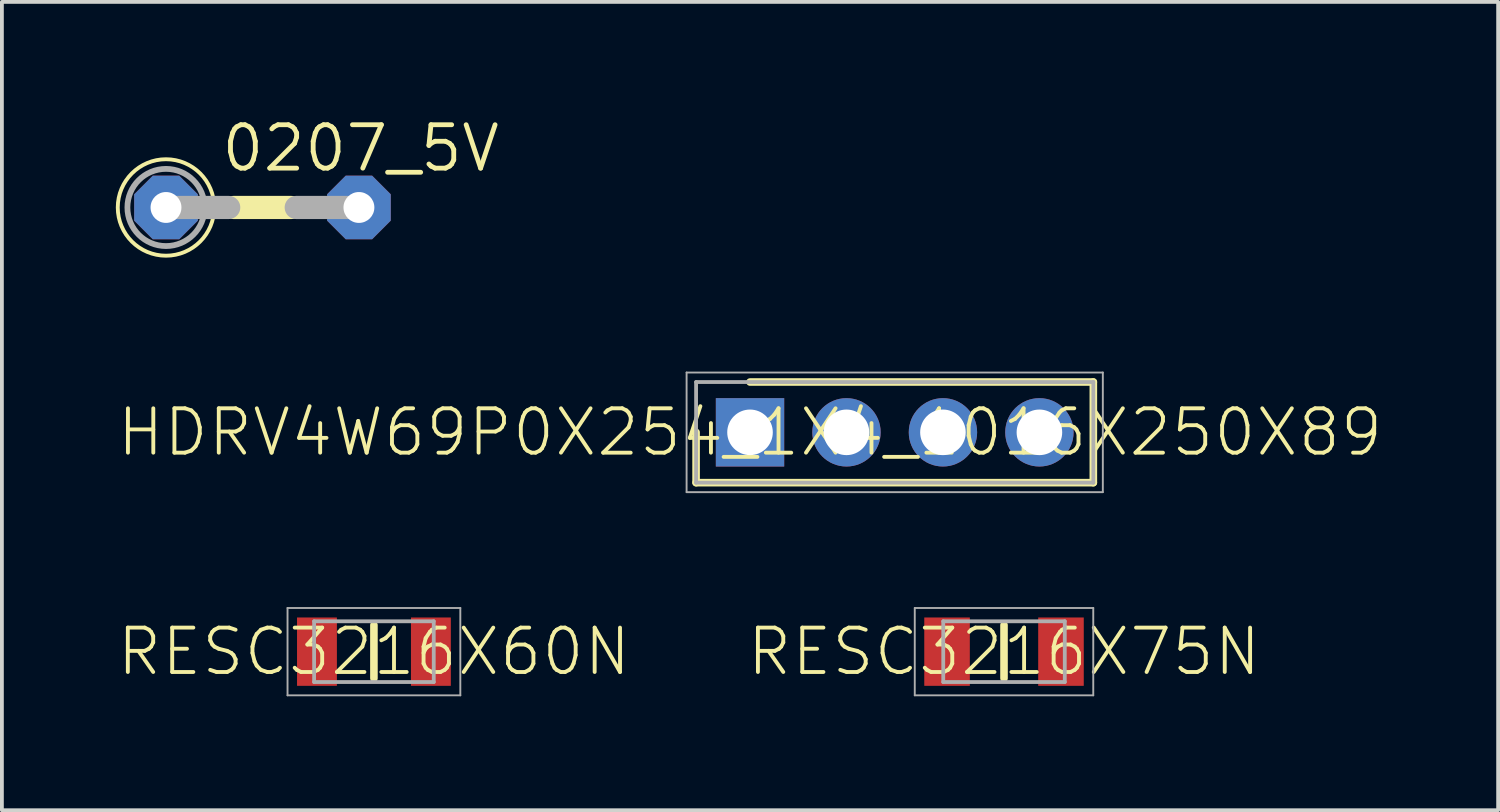
<source format=kicad_pcb>
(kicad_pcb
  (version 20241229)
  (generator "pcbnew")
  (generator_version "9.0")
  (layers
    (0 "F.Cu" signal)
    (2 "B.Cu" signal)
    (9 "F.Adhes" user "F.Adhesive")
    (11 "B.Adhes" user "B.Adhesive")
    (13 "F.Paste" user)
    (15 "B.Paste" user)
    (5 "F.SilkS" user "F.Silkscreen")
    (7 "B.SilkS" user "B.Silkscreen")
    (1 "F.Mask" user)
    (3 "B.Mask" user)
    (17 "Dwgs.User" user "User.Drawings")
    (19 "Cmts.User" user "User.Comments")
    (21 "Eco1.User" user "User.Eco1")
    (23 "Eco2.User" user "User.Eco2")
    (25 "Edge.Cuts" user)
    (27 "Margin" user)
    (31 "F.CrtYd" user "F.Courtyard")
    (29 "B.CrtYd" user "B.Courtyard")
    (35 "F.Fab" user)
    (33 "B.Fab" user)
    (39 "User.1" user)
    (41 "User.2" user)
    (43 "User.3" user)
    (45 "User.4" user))
  (footprint "RESC3216X60N"
    (layer "F.Cu")
    (at 6.796 14.109)
    (property "Reference" "RESC3216X60N" (at 0 0 0) (layer "F.SilkS") (effects (font (size 1.168 1.168) (thickness 0.102))))
    (fp_line (start 0 -0.7) (end 0 0.7) (stroke (width 0.2) (type solid)) (layer "F.SilkS"))
    (fp_line (start -2.275 -1.15) (end 2.275 -1.15) (stroke (width 0.05) (type solid)) (layer "F.Fab"))
    (fp_line (start -2.275 1.15) (end -2.275 -1.15) (stroke (width 0.05) (type solid)) (layer "F.Fab"))
    (fp_line (start -1.575 -0.8) (end 1.575 -0.8) (stroke (width 0.1) (type solid)) (layer "F.Fab"))
    (fp_line (start -1.575 0.8) (end -1.575 -0.8) (stroke (width 0.1) (type solid)) (layer "F.Fab"))
    (fp_line (start 1.575 -0.8) (end 1.575 0.8) (stroke (width 0.1) (type solid)) (layer "F.Fab"))
    (fp_line (start 1.575 0.8) (end -1.575 0.8) (stroke (width 0.1) (type solid)) (layer "F.Fab"))
    (fp_line (start 2.275 -1.15) (end 2.275 1.15) (stroke (width 0.05) (type solid)) (layer "F.Fab"))
    (fp_line (start 2.275 1.15) (end -2.275 1.15) (stroke (width 0.05) (type solid)) (layer "F.Fab"))
    (pad "1" smd rect (at -1.5 0 90) (size 1.8 1.05) (layers "F.Cu" "F.Mask" "F.Paste"))
    (pad "2" smd rect (at 1.5 0 90) (size 1.8 1.05) (layers "F.Cu" "F.Mask" "F.Paste")))
  (footprint "0207_5V"
    (layer "F.Cu")
    (at 3.861 2.413)
    (property "Reference" "0207_5V" (at -1.143 -0.889 0) (layer "F.SilkS") (effects (font (size 1.143 1.143) (thickness 0.127)) (justify left bottom)))
    (fp_line (start -0.762 0) (end 0.762 0) (stroke (width 0.61) (type solid)) (layer "F.SilkS"))
    (fp_circle (center -2.54 0) (end -1.27 0) (stroke (width 0.102) (type solid)) (fill no) (layer "F.SilkS"))
    (fp_line (start -2.54 0) (end -0.889 0) (stroke (width 0.61) (type solid)) (layer "F.Fab"))
    (fp_line (start 0.889 0) (end 2.54 0) (stroke (width 0.61) (type solid)) (layer "F.Fab"))
    (fp_circle (center -2.54 0) (end -1.524 0) (stroke (width 0.152) (type solid)) (fill no) (layer "F.Fab"))
    (pad "1" thru_hole roundrect (at -2.54 0) (size 1.676 1.676) (drill 0.813) (layers "*.Cu" "*.Mask") (roundrect_rratio 0.25) (chamfer_ratio 0.293) (chamfer top_left top_right bottom_left bottom_right))
    (pad "2" thru_hole roundrect (at 2.54 0) (size 1.676 1.676) (drill 0.813) (layers "*.Cu" "*.Mask") (roundrect_rratio 0.25) (chamfer_ratio 0.293) (chamfer top_left top_right bottom_left bottom_right)))
  (footprint "RESC3216X75N"
    (layer "F.Cu")
    (at 23.387 14.109)
    (property "Reference" "RESC3216X75N" (at 0 0 0) (layer "F.SilkS") (effects (font (size 1.168 1.168) (thickness 0.102))))
    (fp_line (start 0 -0.7) (end 0 0.7) (stroke (width 0.2) (type solid)) (layer "F.SilkS"))
    (fp_line (start -2.35 -1.15) (end 2.35 -1.15) (stroke (width 0.05) (type solid)) (layer "F.Fab"))
    (fp_line (start -2.35 1.15) (end -2.35 -1.15) (stroke (width 0.05) (type solid)) (layer "F.Fab"))
    (fp_line (start -1.6 -0.8) (end 1.6 -0.8) (stroke (width 0.1) (type solid)) (layer "F.Fab"))
    (fp_line (start -1.6 0.8) (end -1.6 -0.8) (stroke (width 0.1) (type solid)) (layer "F.Fab"))
    (fp_line (start 1.6 -0.8) (end 1.6 0.8) (stroke (width 0.1) (type solid)) (layer "F.Fab"))
    (fp_line (start 1.6 0.8) (end -1.6 0.8) (stroke (width 0.1) (type solid)) (layer "F.Fab"))
    (fp_line (start 2.35 -1.15) (end 2.35 1.15) (stroke (width 0.05) (type solid)) (layer "F.Fab"))
    (fp_line (start 2.35 1.15) (end -2.35 1.15) (stroke (width 0.05) (type solid)) (layer "F.Fab"))
    (pad "1" smd rect (at -1.5 0 90) (size 1.8 1.2) (layers "F.Cu" "F.Mask" "F.Paste"))
    (pad "2" smd rect (at 1.5 0 90) (size 1.8 1.2) (layers "F.Cu" "F.Mask" "F.Paste")))
  (footprint "HDRV4W69P0X254_1X4_1016X250X89"
    (layer "F.Cu")
    (at 16.699 8.334)
    (property "Reference" "HDRV4W69P0X254_1X4_1016X250X89" (at 0 0 0) (layer "F.SilkS") (effects (font (size 1.168 1.168) (thickness 0.102))))
    (fp_line (start -1.42 0) (end -1.42 1.325) (stroke (width 0.2) (type solid)) (layer "F.SilkS"))
    (fp_line (start -1.42 1.325) (end 9.04 1.325) (stroke (width 0.2) (type solid)) (layer "F.SilkS"))
    (fp_line (start 9.04 -1.325) (end 0 -1.325) (stroke (width 0.2) (type solid)) (layer "F.SilkS"))
    (fp_line (start 9.04 1.325) (end 9.04 -1.325) (stroke (width 0.2) (type solid)) (layer "F.SilkS"))
    (fp_line (start -1.67 -1.575) (end 9.29 -1.575) (stroke (width 0.05) (type solid)) (layer "F.Fab"))
    (fp_line (start -1.67 1.575) (end -1.67 -1.575) (stroke (width 0.05) (type solid)) (layer "F.Fab"))
    (fp_line (start -1.42 -1.325) (end 9.04 -1.325) (stroke (width 0.1) (type solid)) (layer "F.Fab"))
    (fp_line (start -1.42 1.325) (end -1.42 -1.325) (stroke (width 0.1) (type solid)) (layer "F.Fab"))
    (fp_line (start 9.04 -1.325) (end 9.04 1.325) (stroke (width 0.1) (type solid)) (layer "F.Fab"))
    (fp_line (start 9.04 1.325) (end -1.42 1.325) (stroke (width 0.1) (type solid)) (layer "F.Fab"))
    (fp_line (start 9.29 -1.575) (end 9.29 1.575) (stroke (width 0.05) (type solid)) (layer "F.Fab"))
    (fp_line (start 9.29 1.575) (end -1.67 1.575) (stroke (width 0.05) (type solid)) (layer "F.Fab"))
    (pad "1" thru_hole rect (at 0 0) (size 1.8 1.8) (drill 1.2) (layers "*.Cu" "*.Mask"))
    (pad "2" thru_hole circle (at 2.54 0) (size 1.8 1.8) (drill 1.2) (layers "*.Cu" "*.Mask"))
    (pad "3" thru_hole circle (at 5.08 0) (size 1.8 1.8) (drill 1.2) (layers "*.Cu" "*.Mask"))
    (pad "4" thru_hole circle (at 7.62 0) (size 1.8 1.8) (drill 1.2) (layers "*.Cu" "*.Mask")))
  (gr_rect
    (start -3 -3)
    (end 36.398 18.284)
    (stroke (width 0.1) (type default))
    (fill no)
    (layer "Edge.Cuts")))
</source>
